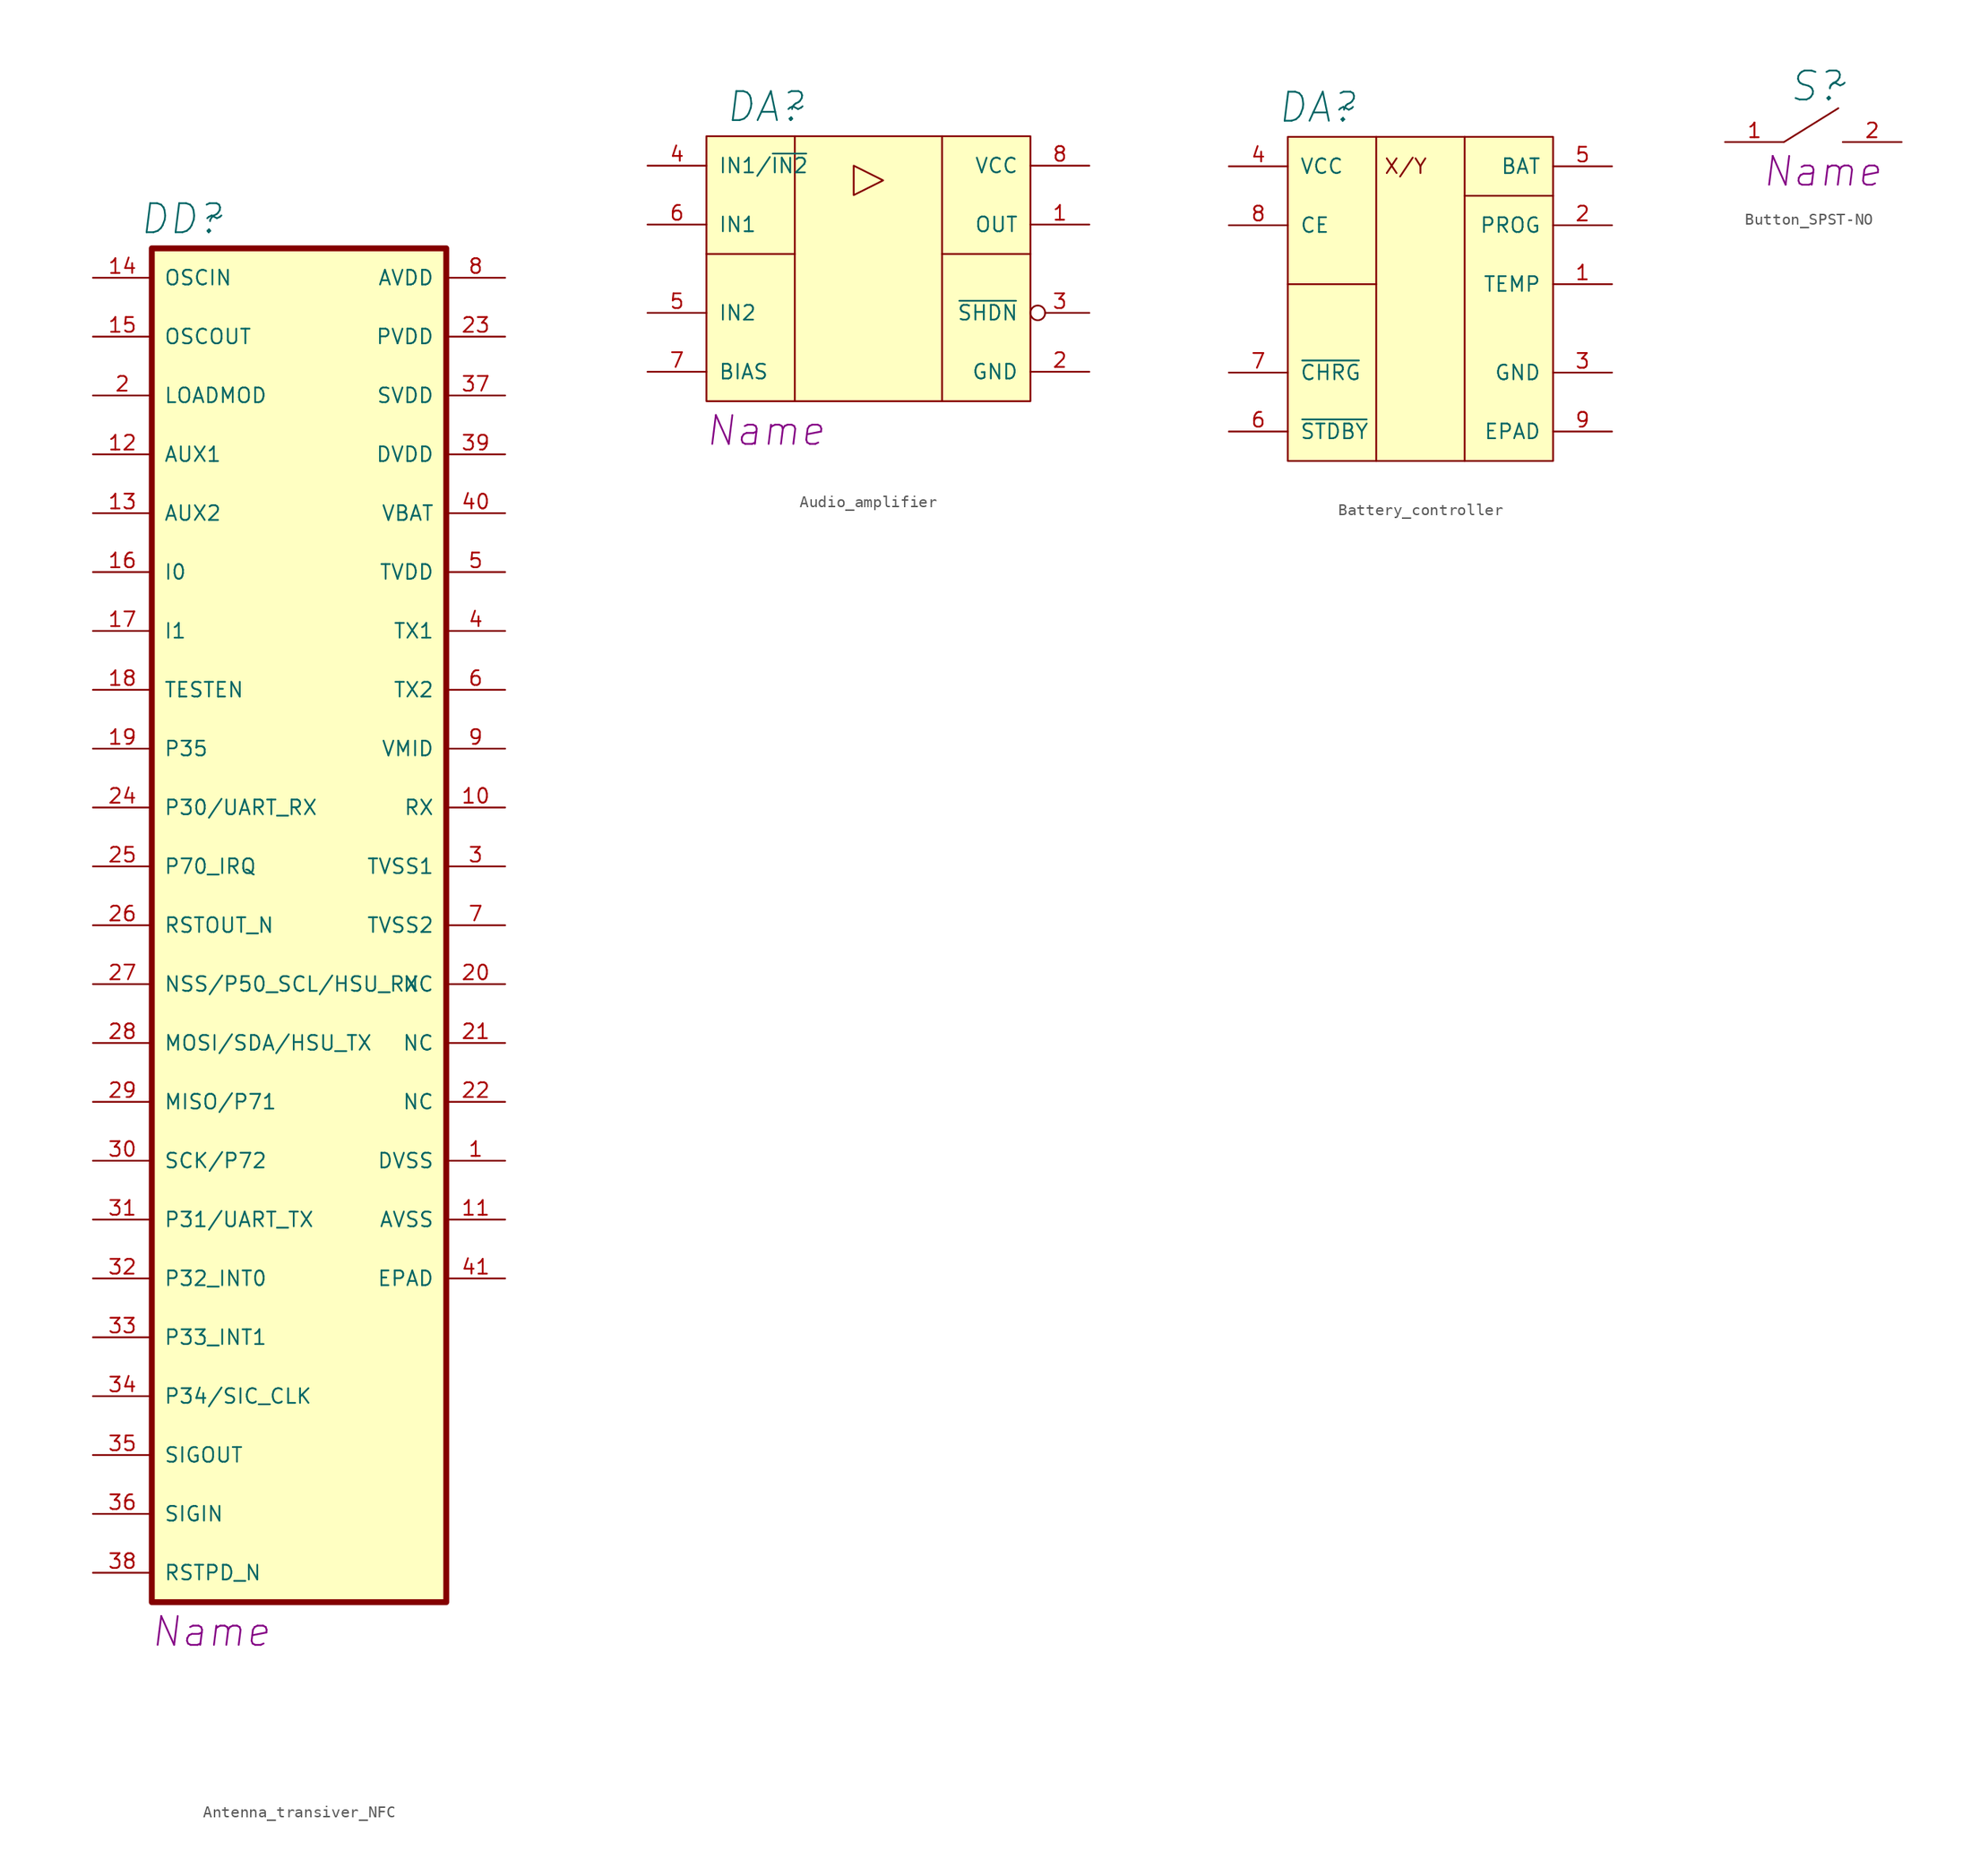
<source format=kicad_sym>
(kicad_symbol_lib
  (version 20241209)
  (generator "kicad_symbol_editor")
  (generator_version "9.0")
  (symbol "Antenna_transiver_NFC"
    (pin_names
      (offset 1.016))
    (property "Reference" "DD"
      (at -2.54 30.48 0)
      (effects (font (size 2.5 2.5) (italic yes))))
    (property "Value" "~"
      (at 0.254 30.734 0)
      (effects (font (size 2.5 2.5) (italic yes))))
    (property "ComponentName" "Name"
      (at 0 -91.44 0)
      (effects (font (size 2.489 2.489) (italic yes))))
    (symbol "Antenna_transiver_NFC_1_1"
      (rectangle (start -5.08 27.94) (end 20.32 -88.9) (stroke (width 0.508) (type solid)) (fill (type background)))
      (pin input line (at -10.16 25.4 0) (length 5.08) (name "OSCIN" (effects (font (size 1.27 1.27)))) (number "14" (effects (font (size 1.27 1.27)))))
      (pin output line (at -10.16 20.32 0) (length 5.08) (name "OSCOUT" (effects (font (size 1.27 1.27)))) (number "15" (effects (font (size 1.27 1.27)))))
      (pin output line (at -10.16 15.24 0) (length 5.08) (name "LOADMOD" (effects (font (size 1.27 1.27)))) (number "2" (effects (font (size 1.27 1.27)))))
      (pin output line (at -10.16 10.16 0) (length 5.08) (name "AUX1" (effects (font (size 1.27 1.27)))) (number "12" (effects (font (size 1.27 1.27)))))
      (pin output line (at -10.16 5.08 0) (length 5.08) (name "AUX2" (effects (font (size 1.27 1.27)))) (number "13" (effects (font (size 1.27 1.27)))))
      (pin input line (at -10.16 0 0) (length 5.08) (name "I0" (effects (font (size 1.27 1.27)))) (number "16" (effects (font (size 1.27 1.27)))))
      (pin input line (at -10.16 -5.08 0) (length 5.08) (name "I1" (effects (font (size 1.27 1.27)))) (number "17" (effects (font (size 1.27 1.27)))))
      (pin input line (at -10.16 -10.16 0) (length 5.08) (name "TESTEN" (effects (font (size 1.27 1.27)))) (number "18" (effects (font (size 1.27 1.27)))))
      (pin bidirectional line (at -10.16 -15.24 0) (length 5.08) (name "P35" (effects (font (size 1.27 1.27)))) (number "19" (effects (font (size 1.27 1.27)))))
      (pin bidirectional line (at -10.16 -20.32 0) (length 5.08) (name "P30/UART_RX" (effects (font (size 1.27 1.27)))) (number "24" (effects (font (size 1.27 1.27)))))
      (pin bidirectional line (at -10.16 -25.4 0) (length 5.08) (name "P70_IRQ" (effects (font (size 1.27 1.27)))) (number "25" (effects (font (size 1.27 1.27)))))
      (pin output line (at -10.16 -30.48 0) (length 5.08) (name "RSTOUT_N" (effects (font (size 1.27 1.27)))) (number "26" (effects (font (size 1.27 1.27)))))
      (pin bidirectional line (at -10.16 -35.56 0) (length 5.08) (name "NSS/P50_SCL/HSU_RX" (effects (font (size 1.27 1.27)))) (number "27" (effects (font (size 1.27 1.27)))))
      (pin bidirectional line (at -10.16 -40.64 0) (length 5.08) (name "MOSI/SDA/HSU_TX" (effects (font (size 1.27 1.27)))) (number "28" (effects (font (size 1.27 1.27)))))
      (pin bidirectional line (at -10.16 -45.72 0) (length 5.08) (name "MISO/P71" (effects (font (size 1.27 1.27)))) (number "29" (effects (font (size 1.27 1.27)))))
      (pin bidirectional line (at -10.16 -50.8 0) (length 5.08) (name "SCK/P72" (effects (font (size 1.27 1.27)))) (number "30" (effects (font (size 1.27 1.27)))))
      (pin bidirectional line (at -10.16 -55.88 0) (length 5.08) (name "P31/UART_TX" (effects (font (size 1.27 1.27)))) (number "31" (effects (font (size 1.27 1.27)))))
      (pin bidirectional line (at -10.16 -60.96 0) (length 5.08) (name "P32_INT0" (effects (font (size 1.27 1.27)))) (number "32" (effects (font (size 1.27 1.27)))))
      (pin bidirectional line (at -10.16 -66.04 0) (length 5.08) (name "P33_INT1" (effects (font (size 1.27 1.27)))) (number "33" (effects (font (size 1.27 1.27)))))
      (pin bidirectional line (at -10.16 -71.12 0) (length 5.08) (name "P34/SIC_CLK" (effects (font (size 1.27 1.27)))) (number "34" (effects (font (size 1.27 1.27)))))
      (pin output line (at -10.16 -76.2 0) (length 5.08) (name "SIGOUT" (effects (font (size 1.27 1.27)))) (number "35" (effects (font (size 1.27 1.27)))))
      (pin input line (at -10.16 -81.28 0) (length 5.08) (name "SIGIN" (effects (font (size 1.27 1.27)))) (number "36" (effects (font (size 1.27 1.27)))))
      (pin input line (at -10.16 -86.36 0) (length 5.08) (name "RSTPD_N" (effects (font (size 1.27 1.27)))) (number "38" (effects (font (size 1.27 1.27)))))
      (pin power_in line (at 25.4 25.4 180) (length 5.08) (name "AVDD" (effects (font (size 1.27 1.27)))) (number "8" (effects (font (size 1.27 1.27)))))
      (pin power_in line (at 25.4 20.32 180) (length 5.08) (name "PVDD" (effects (font (size 1.27 1.27)))) (number "23" (effects (font (size 1.27 1.27)))))
      (pin power_out line (at 25.4 15.24 180) (length 5.08) (name "SVDD" (effects (font (size 1.27 1.27)))) (number "37" (effects (font (size 1.27 1.27)))))
      (pin power_out line (at 25.4 10.16 180) (length 5.08) (name "DVDD" (effects (font (size 1.27 1.27)))) (number "39" (effects (font (size 1.27 1.27)))))
      (pin power_in line (at 25.4 5.08 180) (length 5.08) (name "VBAT" (effects (font (size 1.27 1.27)))) (number "40" (effects (font (size 1.27 1.27)))))
      (pin power_in line (at 25.4 0 180) (length 5.08) (name "TVDD" (effects (font (size 1.27 1.27)))) (number "5" (effects (font (size 1.27 1.27)))))
      (pin output line (at 25.4 -5.08 180) (length 5.08) (name "TX1" (effects (font (size 1.27 1.27)))) (number "4" (effects (font (size 1.27 1.27)))))
      (pin output line (at 25.4 -10.16 180) (length 5.08) (name "TX2" (effects (font (size 1.27 1.27)))) (number "6" (effects (font (size 1.27 1.27)))))
      (pin output line (at 25.4 -15.24 180) (length 5.08) (name "VMID" (effects (font (size 1.27 1.27)))) (number "9" (effects (font (size 1.27 1.27)))))
      (pin input line (at 25.4 -20.32 180) (length 5.08) (name "RX" (effects (font (size 1.27 1.27)))) (number "10" (effects (font (size 1.27 1.27)))))
      (pin power_in line (at 25.4 -25.4 180) (length 5.08) (name "TVSS1" (effects (font (size 1.27 1.27)))) (number "3" (effects (font (size 1.27 1.27)))))
      (pin power_in line (at 25.4 -30.48 180) (length 5.08) (name "TVSS2" (effects (font (size 1.27 1.27)))) (number "7" (effects (font (size 1.27 1.27)))))
      (pin unspecified line (at 25.4 -35.56 180) (length 5.08) (name "NC" (effects (font (size 1.27 1.27)))) (number "20" (effects (font (size 1.27 1.27)))))
      (pin unspecified line (at 25.4 -40.64 180) (length 5.08) (name "NC" (effects (font (size 1.27 1.27)))) (number "21" (effects (font (size 1.27 1.27)))))
      (pin unspecified line (at 25.4 -45.72 180) (length 5.08) (name "NC" (effects (font (size 1.27 1.27)))) (number "22" (effects (font (size 1.27 1.27)))))
      (pin power_in line (at 25.4 -50.8 180) (length 5.08) (name "DVSS" (effects (font (size 1.27 1.27)))) (number "1" (effects (font (size 1.27 1.27)))))
      (pin power_in line (at 25.4 -55.88 180) (length 5.08) (name "AVSS" (effects (font (size 1.27 1.27)))) (number "11" (effects (font (size 1.27 1.27)))))
      (pin power_in line (at 25.4 -60.96 180) (length 5.08) (name "EPAD" (effects (font (size 1.27 1.27)))) (number "41" (effects (font (size 1.27 1.27)))))))
  (symbol "Audio_amplifier"
    (pin_names
      (offset 1.016))
    (property "Reference" "DA"
      (at -7.62 10.16 0)
      (effects (font (size 2.5 2.5) (italic yes))))
    (property "Value" "~"
      (at -5.08 10.16 0)
      (effects (font (size 2.5 2.5) (italic yes))))
    (property "ComponentName" "Name"
      (at -7.62 -17.78 0)
      (effects (font (size 2.489 2.489) (italic yes))))
    (symbol "Audio_amplifier_0_1"
      (polyline (pts (xy 0 5.08) (xy 0 2.54) (xy 2.54 3.81) (xy 0 5.08)) (stroke (width 0) (type solid)) (fill (type none))))
    (symbol "Audio_amplifier_1_1"
      (rectangle (start -12.7 7.62) (end 15.24 -15.24) (stroke (width 0) (type default)) (fill (type background)))
      (polyline (pts (xy -12.7 -2.54) (xy -5.08 -2.54)) (stroke (width 0) (type default)) (fill (type none)))
      (polyline (pts (xy -5.08 7.62) (xy -5.08 -15.24)) (stroke (width 0) (type default)) (fill (type none)))
      (polyline (pts (xy 7.62 7.62) (xy 7.62 -15.24)) (stroke (width 0) (type default)) (fill (type none)))
      (polyline (pts (xy 7.62 -2.54) (xy 15.24 -2.54)) (stroke (width 0) (type default)) (fill (type none)))
      (pin input line (at -17.78 5.08 0) (length 5.08) (name "IN1/~{IN2}" (effects (font (size 1.27 1.27)))) (number "4" (effects (font (size 1.27 1.27)))))
      (pin input line (at -17.78 0 0) (length 5.08) (name "IN1" (effects (font (size 1.27 1.27)))) (number "6" (effects (font (size 1.27 1.27)))))
      (pin input line (at -17.78 -7.62 0) (length 5.08) (name "IN2" (effects (font (size 1.27 1.27)))) (number "5" (effects (font (size 1.27 1.27)))))
      (pin input line (at -17.78 -12.7 0) (length 5.08) (name "BIAS" (effects (font (size 1.27 1.27)))) (number "7" (effects (font (size 1.27 1.27)))))
      (pin power_in line (at 20.32 5.08 180) (length 5.08) (name "VCC" (effects (font (size 1.27 1.27)))) (number "8" (effects (font (size 1.27 1.27)))))
      (pin output line (at 20.32 0 180) (length 5.08) (name "OUT" (effects (font (size 1.27 1.27)))) (number "1" (effects (font (size 1.27 1.27)))))
      (pin input inverted (at 20.32 -7.62 180) (length 5.08) (name "~{SHDN}" (effects (font (size 1.27 1.27)))) (number "3" (effects (font (size 1.27 1.27)))))
      (pin power_in line (at 20.32 -12.7 180) (length 5.08) (name "GND" (effects (font (size 1.27 1.27)))) (number "2" (effects (font (size 1.27 1.27)))))))
  (symbol "Battery_controller"
    (pin_names
      (offset 1.016))
    (property "Reference" "DA"
      (at -7.62 10.16 0)
      (effects (font (size 2.5 2.5) (italic yes))))
    (property "Value" "~"
      (at -5.08 10.16 0)
      (effects (font (size 2.5 2.5))))
    (symbol "Battery_controller_0_1"
      (polyline (pts (xy -10.16 -5.08) (xy -2.54 -5.08)) (stroke (width 0) (type solid)) (fill (type none)))
      (polyline (pts (xy -2.54 7.62) (xy -2.54 -20.32)) (stroke (width 0) (type solid)) (fill (type none)))
      (polyline (pts (xy 5.08 7.62) (xy 5.08 -20.32)) (stroke (width 0) (type solid)) (fill (type none)))
      (polyline (pts (xy 5.08 2.54) (xy 12.7 2.54)) (stroke (width 0) (type solid)) (fill (type none))))
    (symbol "Battery_controller_1_0"
      (text "X/Y" (at 0 5.08 0) (effects (font (size 1.27 1.27)))))
    (symbol "Battery_controller_1_1"
      (polyline (pts (xy -10.16 7.62) (xy 12.7 7.62) (xy 12.7 -20.32) (xy -10.16 -20.32) (xy -10.16 7.62)) (stroke (width 0) (type solid)) (fill (type background)))
      (pin power_in line (at -15.24 5.08 0) (length 5.08) (name "VCC" (effects (font (size 1.27 1.27)))) (number "4" (effects (font (size 1.27 1.27)))))
      (pin input line (at -15.24 0 0) (length 5.08) (name "CE" (effects (font (size 1.27 1.27)))) (number "8" (effects (font (size 1.27 1.27)))))
      (pin output line (at -15.24 -12.7 0) (length 5.08) (name "~{CHRG}" (effects (font (size 1.27 1.27)))) (number "7" (effects (font (size 1.27 1.27)))))
      (pin output line (at -15.24 -17.78 0) (length 5.08) (name "~{STDBY}" (effects (font (size 1.27 1.27)))) (number "6" (effects (font (size 1.27 1.27)))))
      (pin power_out line (at 17.78 5.08 180) (length 5.08) (name "BAT" (effects (font (size 1.27 1.27)))) (number "5" (effects (font (size 1.27 1.27)))))
      (pin input line (at 17.78 0 180) (length 5.08) (name "PROG" (effects (font (size 1.27 1.27)))) (number "2" (effects (font (size 1.27 1.27)))))
      (pin input line (at 17.78 -5.08 180) (length 5.08) (name "TEMP" (effects (font (size 1.27 1.27)))) (number "1" (effects (font (size 1.27 1.27)))))
      (pin power_in line (at 17.78 -12.7 180) (length 5.08) (name "GND" (effects (font (size 1.27 1.27)))) (number "3" (effects (font (size 1.27 1.27)))))
      (pin power_in line (at 17.78 -17.78 180) (length 5.08) (name "EPAD" (effects (font (size 1.27 1.27)))) (number "9" (effects (font (size 1.27 1.27)))))))
  (symbol "Button_SPST-NO "
    (pin_names
      (offset 1.016)
      (hide yes))
    (property "Reference" "S"
      (at 7.874 4.826 0)
      (effects (font (size 2.5 2.5) (italic yes))))
    (property "Value" "~"
      (at 9.652 5.08 0)
      (effects (font (size 2.5 2.5) (italic yes))))
    (property "ComponentName" "Name"
      (at 8.382 -2.54 0)
      (effects (font (size 2.489 2.489) (italic yes))))
    (symbol "Button_SPST-NO _1_1"
      (polyline (pts (xy 5.08 0) (xy 9.779 2.921)) (stroke (width 0) (type solid)) (fill (type none)))
      (pin passive line (at 0 0 0) (length 5.08) (name "1" (effects (font (size 1.27 1.27)))) (number "1" (effects (font (size 1.27 1.27)))))
      (pin passive line (at 15.24 0 180) (length 5.08) (name "2" (effects (font (size 1.27 1.27)))) (number "2" (effects (font (size 1.27 1.27))))))))
</source>
